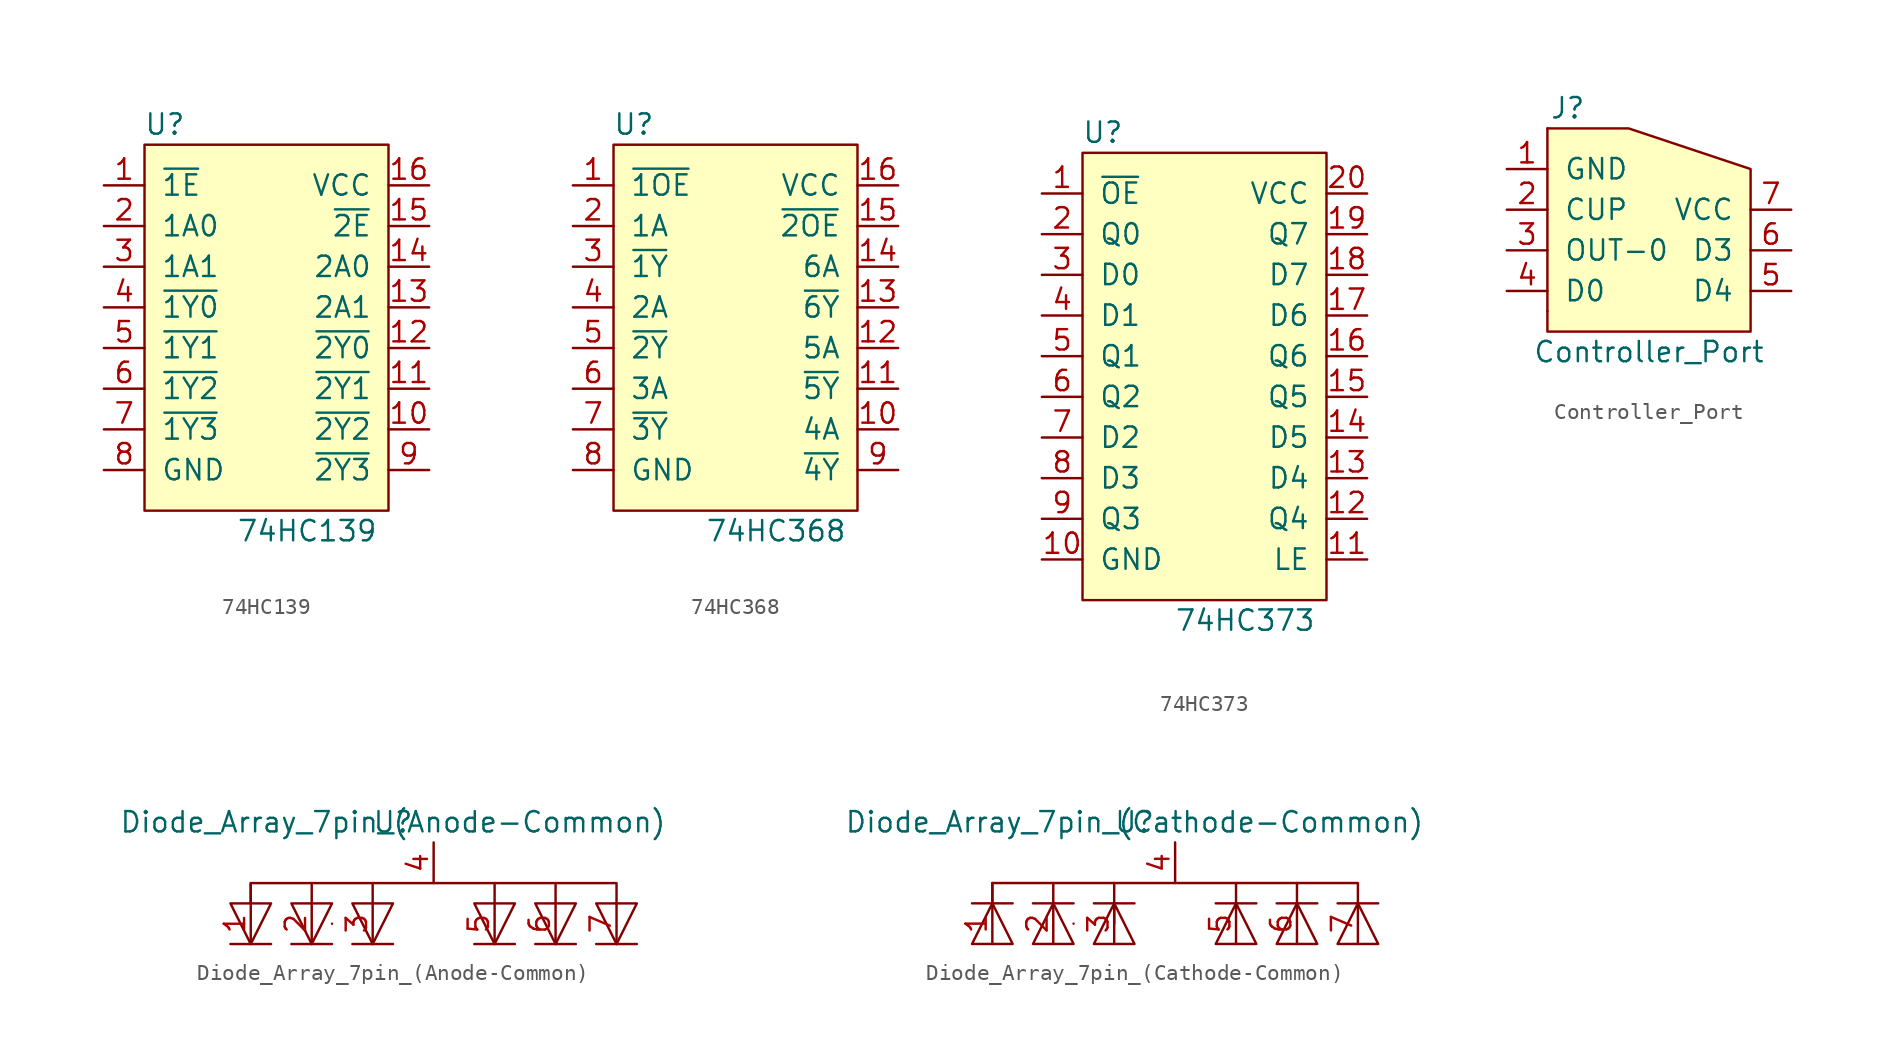
<source format=kicad_sym>
(kicad_symbol_lib
  (version 20231120)
  (generator "kicad_symbol_editor")
  (generator_version "8.0")
  (symbol "74HC139"
    (pin_names
      (offset 1.016))
    (property "Reference" "U"
      (at -6.35 12.7 0)
      (effects (font (size 1.27 1.27))))
    (property "Value" "74HC139"
      (at 2.54 -12.7 0)
      (effects (font (size 1.27 1.27))))
    (symbol "74HC139_0_1"
      (rectangle (start -7.62 11.43) (end 7.62 -11.43) (stroke (width 0) (type solid)) (fill (type background))))
    (symbol "74HC139_1_1"
      (pin input line (at -10.16 8.89 0) (length 2.54) (name "~{1E}" (effects (font (size 1.27 1.27)))) (number "1" (effects (font (size 1.27 1.27)))))
      (pin output line (at 10.16 -6.35 180) (length 2.54) (name "~{2Y2}" (effects (font (size 1.27 1.27)))) (number "10" (effects (font (size 1.27 1.27)))))
      (pin output line (at 10.16 -3.81 180) (length 2.54) (name "~{2Y1}" (effects (font (size 1.27 1.27)))) (number "11" (effects (font (size 1.27 1.27)))))
      (pin output line (at 10.16 -1.27 180) (length 2.54) (name "~{2Y0}" (effects (font (size 1.27 1.27)))) (number "12" (effects (font (size 1.27 1.27)))))
      (pin input line (at 10.16 1.27 180) (length 2.54) (name "2A1" (effects (font (size 1.27 1.27)))) (number "13" (effects (font (size 1.27 1.27)))))
      (pin input line (at 10.16 3.81 180) (length 2.54) (name "2A0" (effects (font (size 1.27 1.27)))) (number "14" (effects (font (size 1.27 1.27)))))
      (pin input line (at 10.16 6.35 180) (length 2.54) (name "~{2E}" (effects (font (size 1.27 1.27)))) (number "15" (effects (font (size 1.27 1.27)))))
      (pin passive line (at 10.16 8.89 180) (length 2.54) (name "VCC" (effects (font (size 1.27 1.27)))) (number "16" (effects (font (size 1.27 1.27)))))
      (pin input line (at -10.16 6.35 0) (length 2.54) (name "1A0" (effects (font (size 1.27 1.27)))) (number "2" (effects (font (size 1.27 1.27)))))
      (pin input line (at -10.16 3.81 0) (length 2.54) (name "1A1" (effects (font (size 1.27 1.27)))) (number "3" (effects (font (size 1.27 1.27)))))
      (pin output line (at -10.16 1.27 0) (length 2.54) (name "~{1Y0}" (effects (font (size 1.27 1.27)))) (number "4" (effects (font (size 1.27 1.27)))))
      (pin output line (at -10.16 -1.27 0) (length 2.54) (name "~{1Y1}" (effects (font (size 1.27 1.27)))) (number "5" (effects (font (size 1.27 1.27)))))
      (pin output line (at -10.16 -3.81 0) (length 2.54) (name "~{1Y2}" (effects (font (size 1.27 1.27)))) (number "6" (effects (font (size 1.27 1.27)))))
      (pin output line (at -10.16 -6.35 0) (length 2.54) (name "~{1Y3}" (effects (font (size 1.27 1.27)))) (number "7" (effects (font (size 1.27 1.27)))))
      (pin passive line (at -10.16 -8.89 0) (length 2.54) (name "GND" (effects (font (size 1.27 1.27)))) (number "8" (effects (font (size 1.27 1.27)))))
      (pin output line (at 10.16 -8.89 180) (length 2.54) (name "~{2Y3}" (effects (font (size 1.27 1.27)))) (number "9" (effects (font (size 1.27 1.27)))))))
  (symbol "74HC368"
    (pin_names
      (offset 1.016))
    (property "Reference" "U"
      (at -6.35 12.7 0)
      (effects (font (size 1.27 1.27))))
    (property "Value" "74HC368"
      (at 2.54 -12.7 0)
      (effects (font (size 1.27 1.27))))
    (symbol "74HC368_0_1"
      (rectangle (start -7.62 11.43) (end 7.62 -11.43) (stroke (width 0) (type solid)) (fill (type background))))
    (symbol "74HC368_1_1"
      (pin input line (at -10.16 8.89 0) (length 2.54) (name "~{1OE}" (effects (font (size 1.27 1.27)))) (number "1" (effects (font (size 1.27 1.27)))))
      (pin input line (at 10.16 -6.35 180) (length 2.54) (name "4A" (effects (font (size 1.27 1.27)))) (number "10" (effects (font (size 1.27 1.27)))))
      (pin output line (at 10.16 -3.81 180) (length 2.54) (name "~{5Y}" (effects (font (size 1.27 1.27)))) (number "11" (effects (font (size 1.27 1.27)))))
      (pin input line (at 10.16 -1.27 180) (length 2.54) (name "5A" (effects (font (size 1.27 1.27)))) (number "12" (effects (font (size 1.27 1.27)))))
      (pin output line (at 10.16 1.27 180) (length 2.54) (name "~{6Y}" (effects (font (size 1.27 1.27)))) (number "13" (effects (font (size 1.27 1.27)))))
      (pin input line (at 10.16 3.81 180) (length 2.54) (name "6A" (effects (font (size 1.27 1.27)))) (number "14" (effects (font (size 1.27 1.27)))))
      (pin input line (at 10.16 6.35 180) (length 2.54) (name "~{2OE}" (effects (font (size 1.27 1.27)))) (number "15" (effects (font (size 1.27 1.27)))))
      (pin passive line (at 10.16 8.89 180) (length 2.54) (name "VCC" (effects (font (size 1.27 1.27)))) (number "16" (effects (font (size 1.27 1.27)))))
      (pin input line (at -10.16 6.35 0) (length 2.54) (name "1A" (effects (font (size 1.27 1.27)))) (number "2" (effects (font (size 1.27 1.27)))))
      (pin output line (at -10.16 3.81 0) (length 2.54) (name "~{1Y}" (effects (font (size 1.27 1.27)))) (number "3" (effects (font (size 1.27 1.27)))))
      (pin input line (at -10.16 1.27 0) (length 2.54) (name "2A" (effects (font (size 1.27 1.27)))) (number "4" (effects (font (size 1.27 1.27)))))
      (pin output line (at -10.16 -1.27 0) (length 2.54) (name "~{2Y}" (effects (font (size 1.27 1.27)))) (number "5" (effects (font (size 1.27 1.27)))))
      (pin input line (at -10.16 -3.81 0) (length 2.54) (name "3A" (effects (font (size 1.27 1.27)))) (number "6" (effects (font (size 1.27 1.27)))))
      (pin output line (at -10.16 -6.35 0) (length 2.54) (name "~{3Y}" (effects (font (size 1.27 1.27)))) (number "7" (effects (font (size 1.27 1.27)))))
      (pin passive line (at -10.16 -8.89 0) (length 2.54) (name "GND" (effects (font (size 1.27 1.27)))) (number "8" (effects (font (size 1.27 1.27)))))
      (pin output line (at 10.16 -8.89 180) (length 2.54) (name "~{4Y}" (effects (font (size 1.27 1.27)))) (number "9" (effects (font (size 1.27 1.27)))))))
  (symbol "74HC373"
    (pin_names
      (offset 1.016))
    (property "Reference" "U"
      (at -6.35 15.24 0)
      (effects (font (size 1.27 1.27))))
    (property "Value" "74HC373"
      (at 2.54 -15.24 0)
      (effects (font (size 1.27 1.27))))
    (symbol "74HC373_0_1"
      (rectangle (start -7.62 13.97) (end 7.62 -13.97) (stroke (width 0) (type solid)) (fill (type background))))
    (symbol "74HC373_1_1"
      (pin input line (at -10.16 11.43 0) (length 2.54) (name "~{OE}" (effects (font (size 1.27 1.27)))) (number "1" (effects (font (size 1.27 1.27)))))
      (pin passive line (at -10.16 -11.43 0) (length 2.54) (name "GND" (effects (font (size 1.27 1.27)))) (number "10" (effects (font (size 1.27 1.27)))))
      (pin input line (at 10.16 -11.43 180) (length 2.54) (name "LE" (effects (font (size 1.27 1.27)))) (number "11" (effects (font (size 1.27 1.27)))))
      (pin output line (at 10.16 -8.89 180) (length 2.54) (name "Q4" (effects (font (size 1.27 1.27)))) (number "12" (effects (font (size 1.27 1.27)))))
      (pin input line (at 10.16 -6.35 180) (length 2.54) (name "D4" (effects (font (size 1.27 1.27)))) (number "13" (effects (font (size 1.27 1.27)))))
      (pin input line (at 10.16 -3.81 180) (length 2.54) (name "D5" (effects (font (size 1.27 1.27)))) (number "14" (effects (font (size 1.27 1.27)))))
      (pin output line (at 10.16 -1.27 180) (length 2.54) (name "Q5" (effects (font (size 1.27 1.27)))) (number "15" (effects (font (size 1.27 1.27)))))
      (pin output line (at 10.16 1.27 180) (length 2.54) (name "Q6" (effects (font (size 1.27 1.27)))) (number "16" (effects (font (size 1.27 1.27)))))
      (pin input line (at 10.16 3.81 180) (length 2.54) (name "D6" (effects (font (size 1.27 1.27)))) (number "17" (effects (font (size 1.27 1.27)))))
      (pin input line (at 10.16 6.35 180) (length 2.54) (name "D7" (effects (font (size 1.27 1.27)))) (number "18" (effects (font (size 1.27 1.27)))))
      (pin output line (at 10.16 8.89 180) (length 2.54) (name "Q7" (effects (font (size 1.27 1.27)))) (number "19" (effects (font (size 1.27 1.27)))))
      (pin output line (at -10.16 8.89 0) (length 2.54) (name "Q0" (effects (font (size 1.27 1.27)))) (number "2" (effects (font (size 1.27 1.27)))))
      (pin passive line (at 10.16 11.43 180) (length 2.54) (name "VCC" (effects (font (size 1.27 1.27)))) (number "20" (effects (font (size 1.27 1.27)))))
      (pin input line (at -10.16 6.35 0) (length 2.54) (name "D0" (effects (font (size 1.27 1.27)))) (number "3" (effects (font (size 1.27 1.27)))))
      (pin input line (at -10.16 3.81 0) (length 2.54) (name "D1" (effects (font (size 1.27 1.27)))) (number "4" (effects (font (size 1.27 1.27)))))
      (pin output line (at -10.16 1.27 0) (length 2.54) (name "Q1" (effects (font (size 1.27 1.27)))) (number "5" (effects (font (size 1.27 1.27)))))
      (pin output line (at -10.16 -1.27 0) (length 2.54) (name "Q2" (effects (font (size 1.27 1.27)))) (number "6" (effects (font (size 1.27 1.27)))))
      (pin input line (at -10.16 -3.81 0) (length 2.54) (name "D2" (effects (font (size 1.27 1.27)))) (number "7" (effects (font (size 1.27 1.27)))))
      (pin input line (at -10.16 -6.35 0) (length 2.54) (name "D3" (effects (font (size 1.27 1.27)))) (number "8" (effects (font (size 1.27 1.27)))))
      (pin output line (at -10.16 -8.89 0) (length 2.54) (name "Q3" (effects (font (size 1.27 1.27)))) (number "9" (effects (font (size 1.27 1.27)))))))
  (symbol "Controller_Port"
    (pin_names
      (offset 1.016))
    (property "Reference" "J"
      (at -5.08 8.89 0)
      (effects (font (size 1.27 1.27))))
    (property "Value" "Controller_Port"
      (at 0 -6.35 0)
      (effects (font (size 1.27 1.27))))
    (symbol "Controller_Port_0_1"
      (polyline (pts (xy -6.35 7.62) (xy -6.35 -3.81)) (stroke (width 0) (type solid)) (fill (type none)))
      (polyline (pts (xy -6.35 7.62) (xy -1.27 7.62) (xy 6.35 5.08) (xy 6.35 -5.08) (xy -6.35 -5.08) (xy -6.35 -3.81)) (stroke (width 0) (type solid)) (fill (type background))))
    (symbol "Controller_Port_1_1"
      (pin passive line (at -8.89 5.08 0) (length 2.54) (name "GND" (effects (font (size 1.27 1.27)))) (number "1" (effects (font (size 1.27 1.27)))))
      (pin output line (at -8.89 2.54 0) (length 2.54) (name "CUP" (effects (font (size 1.27 1.27)))) (number "2" (effects (font (size 1.27 1.27)))))
      (pin output line (at -8.89 0 0) (length 2.54) (name "OUT-0" (effects (font (size 1.27 1.27)))) (number "3" (effects (font (size 1.27 1.27)))))
      (pin input line (at -8.89 -2.54 0) (length 2.54) (name "D0" (effects (font (size 1.27 1.27)))) (number "4" (effects (font (size 1.27 1.27)))))
      (pin input line (at 8.89 -2.54 180) (length 2.54) (name "D4" (effects (font (size 1.27 1.27)))) (number "5" (effects (font (size 1.27 1.27)))))
      (pin input line (at 8.89 0 180) (length 2.54) (name "D3" (effects (font (size 1.27 1.27)))) (number "6" (effects (font (size 1.27 1.27)))))
      (pin passive line (at 8.89 2.54 180) (length 2.54) (name "VCC" (effects (font (size 1.27 1.27)))) (number "7" (effects (font (size 1.27 1.27)))))))
  (symbol "Diode_Array_7pin_(Anode-Common)"
    (pin_names
      (offset 1.016))
    (property "Reference" "U"
      (at 0 0 0)
      (effects (font (size 1.27 1.27))))
    (property "Value" "Diode_Array_7pin_(Anode-Common)"
      (at 0 0 0)
      (effects (font (size 1.27 1.27))))
    (symbol "Diode_Array_7pin_(Anode-Common)_0_1"
      (polyline (pts (xy -8.89 -5.08) (xy -8.89 -3.81)) (stroke (width 0) (type solid)) (fill (type none)))
      (polyline (pts (xy -5.08 -5.08) (xy -5.08 -3.81)) (stroke (width 0) (type solid)) (fill (type none)))
      (polyline (pts (xy -3.81 -6.35) (xy -3.81 -6.35)) (stroke (width 0) (type solid)) (fill (type none)))
      (polyline (pts (xy -1.27 -5.08) (xy -1.27 -3.81)) (stroke (width 0) (type solid)) (fill (type none)))
      (polyline (pts (xy 6.35 -5.08) (xy 6.35 -3.81)) (stroke (width 0) (type solid)) (fill (type none)))
      (polyline (pts (xy 10.16 -5.08) (xy 10.16 -3.81)) (stroke (width 0) (type solid)) (fill (type none)))
      (polyline (pts (xy -8.89 -7.62) (xy -7.62 -7.62) (xy -10.16 -7.62)) (stroke (width 0) (type solid)) (fill (type none)))
      (polyline (pts (xy -5.08 -7.62) (xy -6.35 -7.62) (xy -3.81 -7.62)) (stroke (width 0) (type solid)) (fill (type none)))
      (polyline (pts (xy -1.27 -7.62) (xy -2.54 -7.62) (xy 0 -7.62)) (stroke (width 0) (type solid)) (fill (type none)))
      (polyline (pts (xy 6.35 -7.62) (xy 5.08 -7.62) (xy 7.62 -7.62)) (stroke (width 0) (type solid)) (fill (type none)))
      (polyline (pts (xy 10.16 -7.62) (xy 8.89 -7.62) (xy 11.43 -7.62)) (stroke (width 0) (type solid)) (fill (type none)))
      (polyline (pts (xy 13.97 -7.62) (xy 12.7 -7.62) (xy 15.24 -7.62)) (stroke (width 0) (type solid)) (fill (type none)))
      (polyline (pts (xy -8.89 -7.62) (xy -7.62 -5.08) (xy -10.16 -5.08) (xy -8.89 -7.62)) (stroke (width 0) (type solid)) (fill (type none)))
      (polyline (pts (xy -8.89 -5.08) (xy -8.89 -3.81) (xy 13.97 -3.81) (xy 13.97 -5.08)) (stroke (width 0) (type solid)) (fill (type none)))
      (polyline (pts (xy -5.08 -7.62) (xy -3.81 -5.08) (xy -6.35 -5.08) (xy -5.08 -7.62)) (stroke (width 0) (type solid)) (fill (type none)))
      (polyline (pts (xy -1.27 -5.08) (xy -2.54 -5.08) (xy -1.27 -7.62) (xy 0 -5.08) (xy -1.27 -5.08)) (stroke (width 0) (type solid)) (fill (type none)))
      (polyline (pts (xy 6.35 -5.08) (xy 5.08 -5.08) (xy 6.35 -7.62) (xy 7.62 -5.08) (xy 6.35 -5.08)) (stroke (width 0) (type solid)) (fill (type none)))
      (polyline (pts (xy 10.16 -5.08) (xy 8.89 -5.08) (xy 10.16 -7.62) (xy 11.43 -5.08) (xy 10.16 -5.08)) (stroke (width 0) (type solid)) (fill (type none)))
      (polyline (pts (xy 13.97 -5.08) (xy 12.7 -5.08) (xy 13.97 -7.62) (xy 15.24 -5.08) (xy 13.97 -5.08)) (stroke (width 0) (type solid)) (fill (type none))))
    (symbol "Diode_Array_7pin_(Anode-Common)_1_1"
      (pin output line (at -8.89 -5.08 270) (length 2.54) (name "~" (effects (font (size 1.27 1.27)))) (number "1" (effects (font (size 1.27 1.27)))))
      (pin output line (at -5.08 -5.08 270) (length 2.54) (name "~" (effects (font (size 1.27 1.27)))) (number "2" (effects (font (size 1.27 1.27)))))
      (pin output line (at -1.27 -5.08 270) (length 2.54) (name "~" (effects (font (size 1.27 1.27)))) (number "3" (effects (font (size 1.27 1.27)))))
      (pin input line (at 2.54 -3.81 90) (length 2.54) (name "~" (effects (font (size 1.27 1.27)))) (number "4" (effects (font (size 1.27 1.27)))))
      (pin output line (at 6.35 -5.08 270) (length 2.54) (name "~" (effects (font (size 1.27 1.27)))) (number "5" (effects (font (size 1.27 1.27)))))
      (pin output line (at 10.16 -5.08 270) (length 2.54) (name "~" (effects (font (size 1.27 1.27)))) (number "6" (effects (font (size 1.27 1.27)))))
      (pin output line (at 13.97 -5.08 270) (length 2.54) (name "~" (effects (font (size 1.27 1.27)))) (number "7" (effects (font (size 1.27 1.27)))))))
  (symbol "Diode_Array_7pin_(Cathode-Common)"
    (pin_names
      (offset 1.016))
    (property "Reference" "U"
      (at 0 0 0)
      (effects (font (size 1.27 1.27))))
    (property "Value" "Diode_Array_7pin_(Cathode-Common)"
      (at 0 0 0)
      (effects (font (size 1.27 1.27))))
    (symbol "Diode_Array_7pin_(Cathode-Common)_0_1"
      (polyline (pts (xy -8.89 -5.08) (xy -8.89 -3.81)) (stroke (width 0) (type solid)) (fill (type none)))
      (polyline (pts (xy -5.08 -5.08) (xy -5.08 -3.81)) (stroke (width 0) (type solid)) (fill (type none)))
      (polyline (pts (xy -3.81 -6.35) (xy -3.81 -6.35)) (stroke (width 0) (type solid)) (fill (type none)))
      (polyline (pts (xy -1.27 -5.08) (xy -1.27 -3.81)) (stroke (width 0) (type solid)) (fill (type none)))
      (polyline (pts (xy 6.35 -5.08) (xy 6.35 -3.81)) (stroke (width 0) (type solid)) (fill (type none)))
      (polyline (pts (xy 10.16 -5.08) (xy 10.16 -3.81)) (stroke (width 0) (type solid)) (fill (type none)))
      (polyline (pts (xy -8.89 -5.08) (xy -10.16 -5.08) (xy -7.62 -5.08)) (stroke (width 0) (type solid)) (fill (type none)))
      (polyline (pts (xy -5.08 -5.08) (xy -6.35 -5.08) (xy -3.81 -5.08)) (stroke (width 0) (type solid)) (fill (type none)))
      (polyline (pts (xy -1.27 -5.08) (xy -2.54 -5.08) (xy 0 -5.08)) (stroke (width 0) (type solid)) (fill (type none)))
      (polyline (pts (xy 6.35 -5.08) (xy 5.08 -5.08) (xy 7.62 -5.08)) (stroke (width 0) (type solid)) (fill (type none)))
      (polyline (pts (xy 10.16 -5.08) (xy 8.89 -5.08) (xy 11.43 -5.08)) (stroke (width 0) (type solid)) (fill (type none)))
      (polyline (pts (xy 13.97 -5.08) (xy 12.7 -5.08) (xy 15.24 -5.08)) (stroke (width 0) (type solid)) (fill (type none)))
      (polyline (pts (xy -8.89 -5.08) (xy -8.89 -3.81) (xy 13.97 -3.81) (xy 13.97 -5.08)) (stroke (width 0) (type solid)) (fill (type none)))
      (polyline (pts (xy -8.89 -5.08) (xy -7.62 -7.62) (xy -10.16 -7.62) (xy -8.89 -5.08)) (stroke (width 0) (type solid)) (fill (type none)))
      (polyline (pts (xy -5.08 -5.08) (xy -6.35 -7.62) (xy -3.81 -7.62) (xy -5.08 -5.08)) (stroke (width 0) (type solid)) (fill (type none)))
      (polyline (pts (xy 6.35 -5.08) (xy 7.62 -7.62) (xy 5.08 -7.62) (xy 6.35 -5.08)) (stroke (width 0) (type solid)) (fill (type none)))
      (polyline (pts (xy 10.16 -5.08) (xy 11.43 -7.62) (xy 8.89 -7.62) (xy 10.16 -5.08)) (stroke (width 0) (type solid)) (fill (type none)))
      (polyline (pts (xy 13.97 -5.08) (xy 12.7 -7.62) (xy 15.24 -7.62) (xy 13.97 -5.08)) (stroke (width 0) (type solid)) (fill (type none)))
      (polyline (pts (xy -1.27 -5.08) (xy 0 -7.62) (xy -2.54 -7.62) (xy -1.27 -5.08) (xy -1.27 -6.35)) (stroke (width 0) (type solid)) (fill (type none))))
    (symbol "Diode_Array_7pin_(Cathode-Common)_1_1"
      (pin output line (at -8.89 -5.08 270) (length 2.54) (name "~" (effects (font (size 1.27 1.27)))) (number "1" (effects (font (size 1.27 1.27)))))
      (pin output line (at -5.08 -5.08 270) (length 2.54) (name "~" (effects (font (size 1.27 1.27)))) (number "2" (effects (font (size 1.27 1.27)))))
      (pin output line (at -1.27 -5.08 270) (length 2.54) (name "~" (effects (font (size 1.27 1.27)))) (number "3" (effects (font (size 1.27 1.27)))))
      (pin input line (at 2.54 -3.81 90) (length 2.54) (name "~" (effects (font (size 1.27 1.27)))) (number "4" (effects (font (size 1.27 1.27)))))
      (pin output line (at 6.35 -5.08 270) (length 2.54) (name "~" (effects (font (size 1.27 1.27)))) (number "5" (effects (font (size 1.27 1.27)))))
      (pin output line (at 10.16 -5.08 270) (length 2.54) (name "~" (effects (font (size 1.27 1.27)))) (number "6" (effects (font (size 1.27 1.27)))))
      (pin output line (at 13.97 -5.08 270) (length 2.54) (name "~" (effects (font (size 1.27 1.27)))) (number "7" (effects (font (size 1.27 1.27))))))))
</source>
